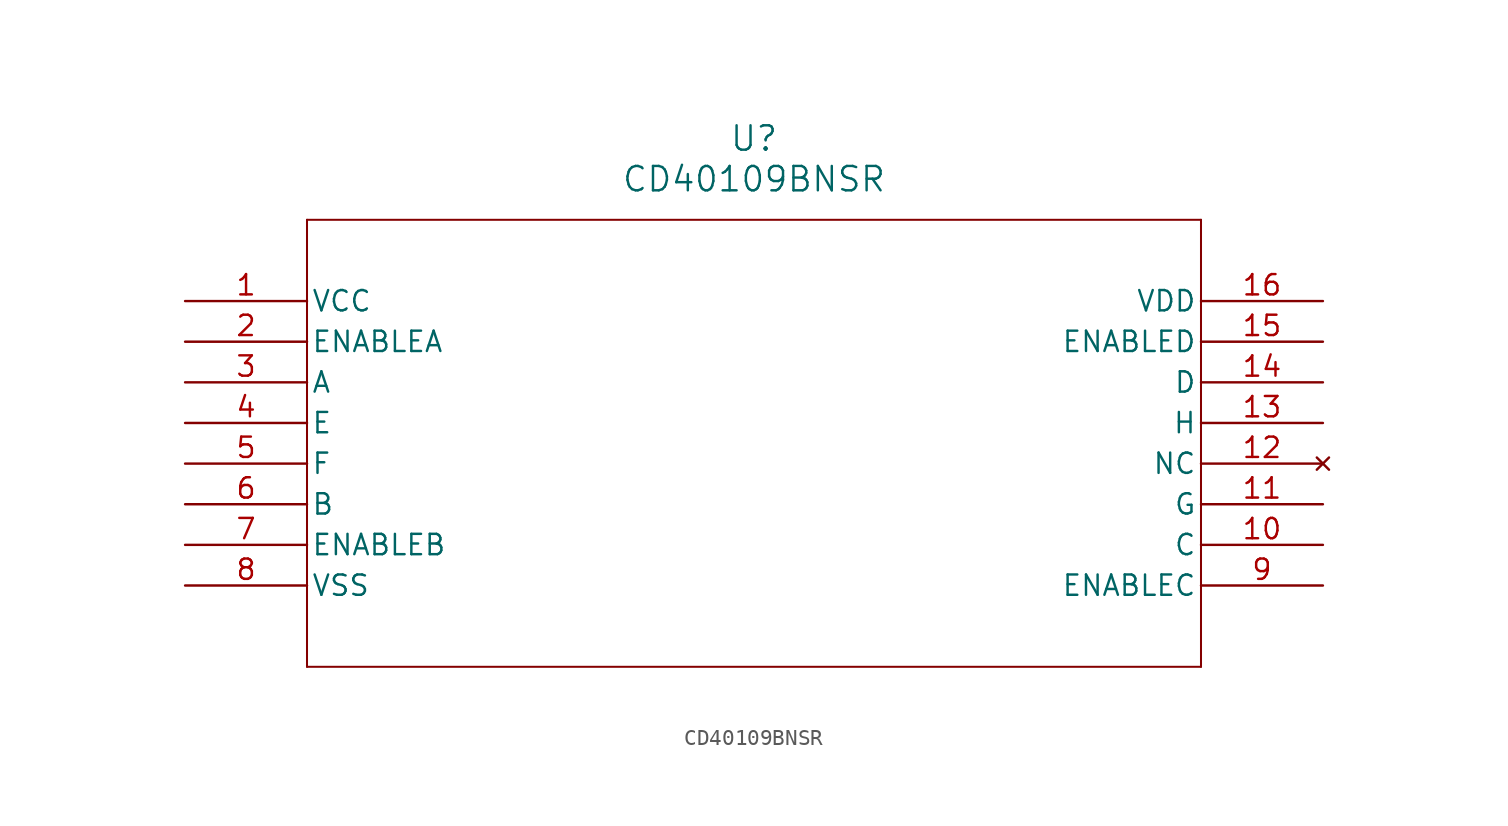
<source format=kicad_sym>
(kicad_symbol_lib
  (version 20211014)
  (generator kicad_symbol_editor)
  (symbol "CD40109BNSR"
    (pin_names
      (offset 0.254))
    (property "Reference" "U"
      (at 35.56 10.16 0)
      (effects (font (size 1.524 1.524))))
    (property "Value" "CD40109BNSR"
      (at 35.56 7.62 0)
      (effects (font (size 1.524 1.524))))
    (symbol "CD40109BNSR_0_1"
      (polyline (pts (xy 7.62 5.08) (xy 7.62 -22.86)) (stroke (width 0.127) (type default) (color 0 0 0 0)) (fill (type none)))
      (polyline (pts (xy 7.62 -22.86) (xy 63.5 -22.86)) (stroke (width 0.127) (type default) (color 0 0 0 0)) (fill (type none)))
      (polyline (pts (xy 63.5 -22.86) (xy 63.5 5.08)) (stroke (width 0.127) (type default) (color 0 0 0 0)) (fill (type none)))
      (polyline (pts (xy 63.5 5.08) (xy 7.62 5.08)) (stroke (width 0.127) (type default) (color 0 0 0 0)) (fill (type none)))
      (pin power_in line (at 0 0 0) (length 7.62) (name "VCC" (effects (font (size 1.27 1.27)))) (number "1" (effects (font (size 1.27 1.27)))))
      (pin input line (at 0 -2.54 0) (length 7.62) (name "ENABLEA" (effects (font (size 1.27 1.27)))) (number "2" (effects (font (size 1.27 1.27)))))
      (pin input line (at 0 -5.08 0) (length 7.62) (name "A" (effects (font (size 1.27 1.27)))) (number "3" (effects (font (size 1.27 1.27)))))
      (pin output line (at 0 -7.62 0) (length 7.62) (name "E" (effects (font (size 1.27 1.27)))) (number "4" (effects (font (size 1.27 1.27)))))
      (pin output line (at 0 -10.16 0) (length 7.62) (name "F" (effects (font (size 1.27 1.27)))) (number "5" (effects (font (size 1.27 1.27)))))
      (pin input line (at 0 -12.7 0) (length 7.62) (name "B" (effects (font (size 1.27 1.27)))) (number "6" (effects (font (size 1.27 1.27)))))
      (pin input line (at 0 -15.24 0) (length 7.62) (name "ENABLEB" (effects (font (size 1.27 1.27)))) (number "7" (effects (font (size 1.27 1.27)))))
      (pin power_in line (at 0 -17.78 0) (length 7.62) (name "VSS" (effects (font (size 1.27 1.27)))) (number "8" (effects (font (size 1.27 1.27)))))
      (pin input line (at 71.12 -17.78 180) (length 7.62) (name "ENABLEC" (effects (font (size 1.27 1.27)))) (number "9" (effects (font (size 1.27 1.27)))))
      (pin input line (at 71.12 -15.24 180) (length 7.62) (name "C" (effects (font (size 1.27 1.27)))) (number "10" (effects (font (size 1.27 1.27)))))
      (pin output line (at 71.12 -12.7 180) (length 7.62) (name "G" (effects (font (size 1.27 1.27)))) (number "11" (effects (font (size 1.27 1.27)))))
      (pin no_connect line (at 71.12 -10.16 180) (length 7.62) (name "NC" (effects (font (size 1.27 1.27)))) (number "12" (effects (font (size 1.27 1.27)))))
      (pin output line (at 71.12 -7.62 180) (length 7.62) (name "H" (effects (font (size 1.27 1.27)))) (number "13" (effects (font (size 1.27 1.27)))))
      (pin input line (at 71.12 -5.08 180) (length 7.62) (name "D" (effects (font (size 1.27 1.27)))) (number "14" (effects (font (size 1.27 1.27)))))
      (pin input line (at 71.12 -2.54 180) (length 7.62) (name "ENABLED" (effects (font (size 1.27 1.27)))) (number "15" (effects (font (size 1.27 1.27)))))
      (pin power_in line (at 71.12 0 180) (length 7.62) (name "VDD" (effects (font (size 1.27 1.27)))) (number "16" (effects (font (size 1.27 1.27))))))))
</source>
